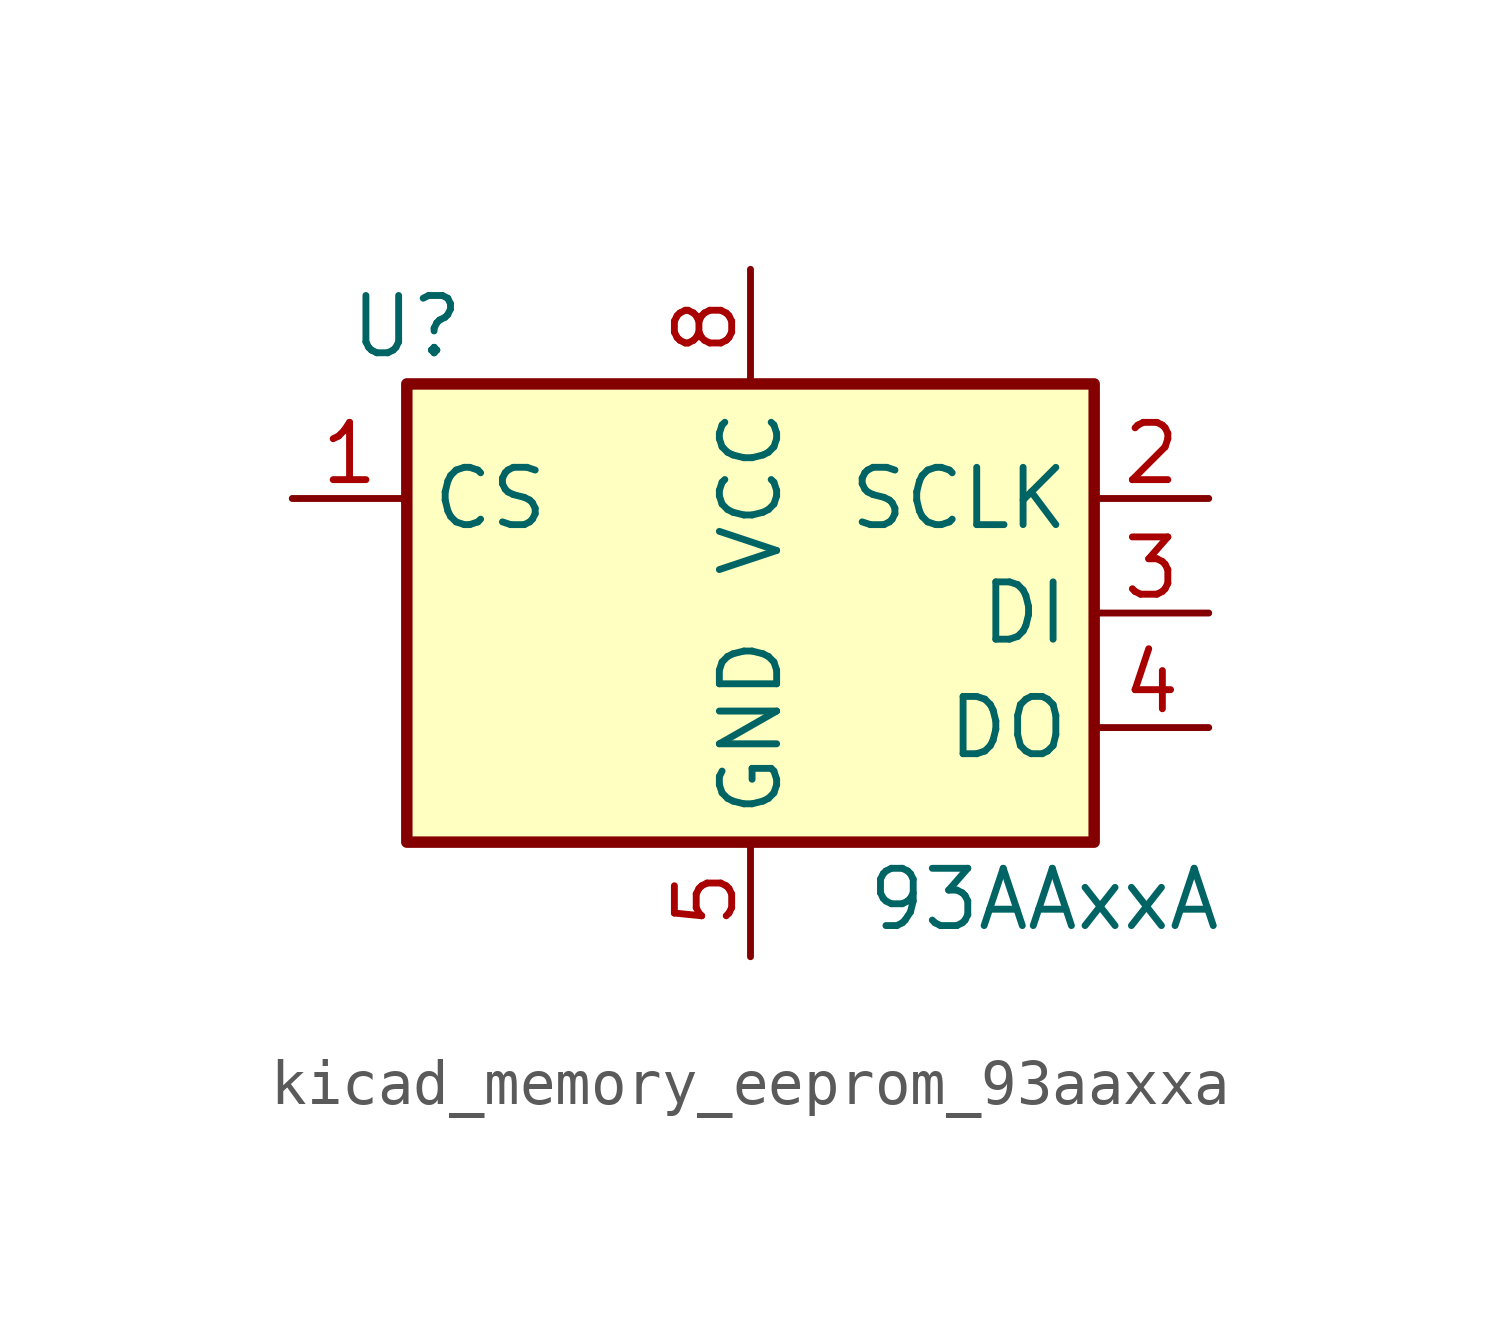
<source format=kicad_sym>
(kicad_symbol_lib
  (version 20220914)
  (generator kicad_symbol_editor)
  (symbol "kicad_memory_eeprom_93aaxxa"
    (property "Reference" "U"
      (at -7.62 6.35 0)
      (effects (font (size 1.27 1.27))))
    (property "Value" "93AAxxA"
      (at 2.54 -6.35 0)
      (effects (font (size 1.27 1.27)) (justify left)))
    (symbol "kicad_memory_eeprom_93aaxxa_1_1"
      (rectangle (start -7.62 5.08) (end 7.62 -5.08) (stroke (width 0.254) (type default)) (fill (type background)))
      (pin input line (at -10.16 2.54 0) (length 2.54) (name "CS" (effects (font (size 1.27 1.27)))) (number "1" (effects (font (size 1.27 1.27)))))
      (pin input line (at 10.16 2.54 180) (length 2.54) (name "SCLK" (effects (font (size 1.27 1.27)))) (number "2" (effects (font (size 1.27 1.27)))))
      (pin input line (at 10.16 0 180) (length 2.54) (name "DI" (effects (font (size 1.27 1.27)))) (number "3" (effects (font (size 1.27 1.27)))))
      (pin tri_state line (at 10.16 -2.54 180) (length 2.54) (name "DO" (effects (font (size 1.27 1.27)))) (number "4" (effects (font (size 1.27 1.27)))))
      (pin power_in line (at 0 -7.62 90) (length 2.54) (name "GND" (effects (font (size 1.27 1.27)))) (number "5" (effects (font (size 1.27 1.27)))))
      (pin no_connect line (at -7.62 0 0) (length 2.54) hide (name "NC" (effects (font (size 1.27 1.27)))) (number "6" (effects (font (size 1.27 1.27)))))
      (pin no_connect line (at -7.62 -2.54 0) (length 2.54) hide (name "NC" (effects (font (size 1.27 1.27)))) (number "7" (effects (font (size 1.27 1.27)))))
      (pin power_in line (at 0 7.62 270) (length 2.54) (name "VCC" (effects (font (size 1.27 1.27)))) (number "8" (effects (font (size 1.27 1.27))))))))
</source>
